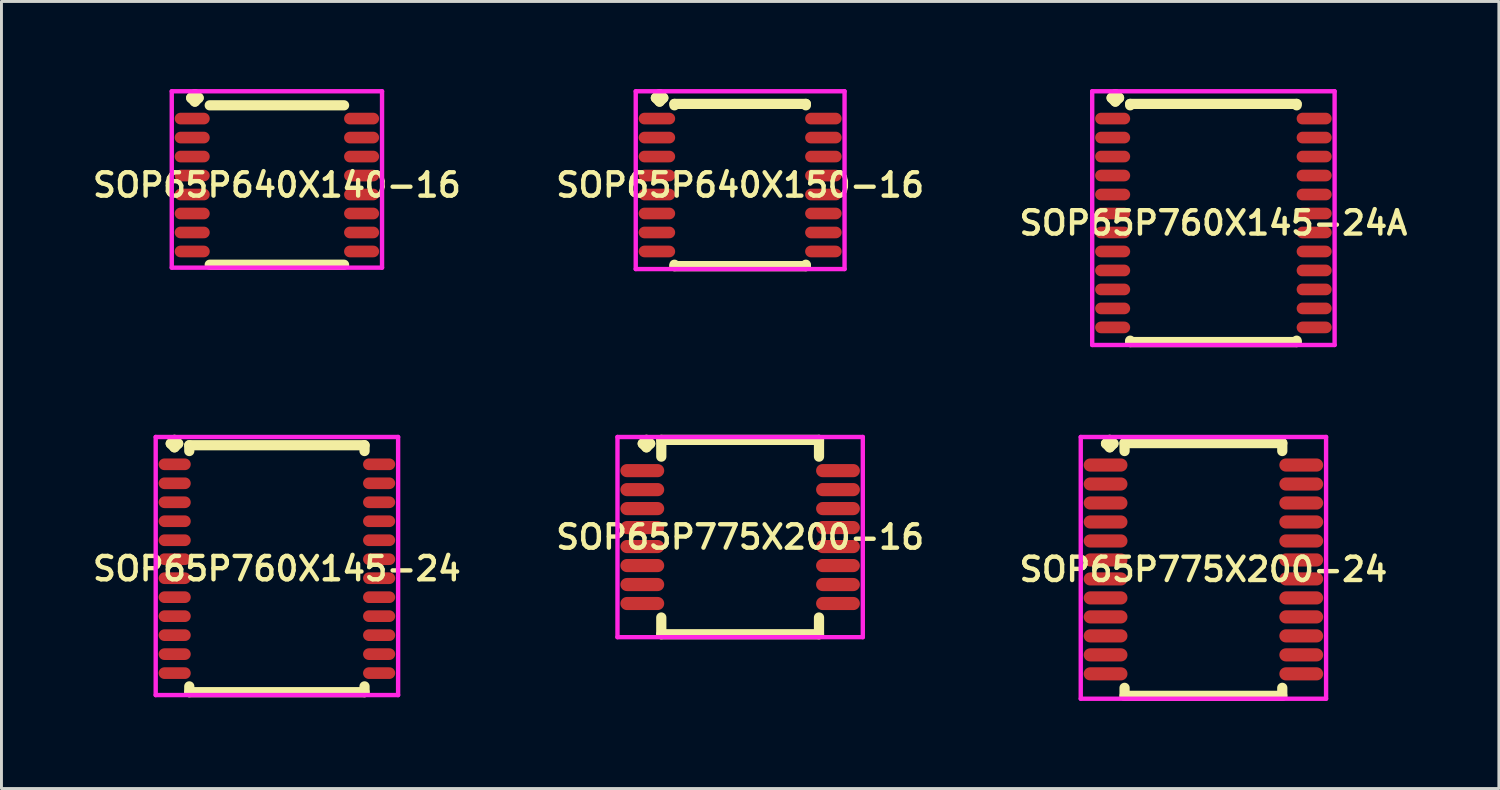
<source format=kicad_pcb>
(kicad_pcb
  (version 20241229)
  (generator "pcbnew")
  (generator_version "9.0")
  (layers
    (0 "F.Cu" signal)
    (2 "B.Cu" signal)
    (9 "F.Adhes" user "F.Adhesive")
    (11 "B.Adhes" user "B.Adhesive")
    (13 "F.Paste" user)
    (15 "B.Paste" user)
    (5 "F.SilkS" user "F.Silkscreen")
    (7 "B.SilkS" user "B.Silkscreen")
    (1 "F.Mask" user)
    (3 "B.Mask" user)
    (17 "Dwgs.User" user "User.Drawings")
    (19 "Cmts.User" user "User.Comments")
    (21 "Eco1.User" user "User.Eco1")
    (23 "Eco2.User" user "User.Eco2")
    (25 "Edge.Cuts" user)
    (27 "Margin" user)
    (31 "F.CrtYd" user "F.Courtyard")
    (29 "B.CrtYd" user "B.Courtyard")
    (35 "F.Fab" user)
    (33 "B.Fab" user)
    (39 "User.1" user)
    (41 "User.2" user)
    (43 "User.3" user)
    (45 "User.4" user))
  (footprint "SOP65P760X145-24"
    (layer "F.Cu")
    (at 6.431 16.422)
    (property "Reference" "SOP65P760X145-24" (at 0 0 0) (layer "F.SilkS") (effects (font (size 0.8 0.8) (thickness 0.15))))
    (attr smd)
    (fp_line (start -3.635 -4.283) (end -3.508 -4.41) (stroke (width 0.35) (type solid)) (layer "F.SilkS"))
    (fp_line (start -3.508 -4.41) (end -3.381 -4.283) (stroke (width 0.35) (type solid)) (layer "F.SilkS"))
    (fp_line (start -3.508 -4.156) (end -3.635 -4.283) (stroke (width 0.35) (type solid)) (layer "F.SilkS"))
    (fp_line (start -3.381 -4.283) (end -3.508 -4.156) (stroke (width 0.35) (type solid)) (layer "F.SilkS"))
    (fp_line (start -3 -4.227) (end 3 -4.227) (stroke (width 0.35) (type solid)) (layer "F.SilkS"))
    (fp_line (start -3 -4.029) (end -3 -4.227) (stroke (width 0.35) (type solid)) (layer "F.SilkS"))
    (fp_line (start -3 4.029) (end -3 4.227) (stroke (width 0.35) (type solid)) (layer "F.SilkS"))
    (fp_line (start -3 4.227) (end 3 4.227) (stroke (width 0.35) (type solid)) (layer "F.SilkS"))
    (fp_line (start 3 -4.227) (end 3 -4.029) (stroke (width 0.35) (type solid)) (layer "F.SilkS"))
    (fp_line (start 3 4.227) (end 3 4.029) (stroke (width 0.35) (type solid)) (layer "F.SilkS"))
    (fp_line (start -4.15 -4.51) (end 4.15 -4.51) (stroke (width 0.15) (type solid)) (layer "F.CrtYd"))
    (fp_line (start -4.15 4.327) (end -4.15 -4.51) (stroke (width 0.15) (type solid)) (layer "F.CrtYd"))
    (fp_line (start 4.15 -4.51) (end 4.15 4.327) (stroke (width 0.15) (type solid)) (layer "F.CrtYd"))
    (fp_line (start 4.15 4.327) (end -4.15 4.327) (stroke (width 0.15) (type solid)) (layer "F.CrtYd"))
    (pad "1" smd oval (at -3.5 -3.575) (size 1.1 0.4) (layers "F.Cu" "F.Mask" "F.Paste"))
    (pad "2" smd oval (at -3.5 -2.925) (size 1.1 0.4) (layers "F.Cu" "F.Mask" "F.Paste"))
    (pad "3" smd oval (at -3.5 -2.275) (size 1.1 0.4) (layers "F.Cu" "F.Mask" "F.Paste"))
    (pad "4" smd oval (at -3.5 -1.625) (size 1.1 0.4) (layers "F.Cu" "F.Mask" "F.Paste"))
    (pad "5" smd oval (at -3.5 -0.975) (size 1.1 0.4) (layers "F.Cu" "F.Mask" "F.Paste"))
    (pad "6" smd oval (at -3.5 -0.325) (size 1.1 0.4) (layers "F.Cu" "F.Mask" "F.Paste"))
    (pad "7" smd oval (at -3.5 0.325) (size 1.1 0.4) (layers "F.Cu" "F.Mask" "F.Paste"))
    (pad "8" smd oval (at -3.5 0.975) (size 1.1 0.4) (layers "F.Cu" "F.Mask" "F.Paste"))
    (pad "9" smd oval (at -3.5 1.625) (size 1.1 0.4) (layers "F.Cu" "F.Mask" "F.Paste"))
    (pad "10" smd oval (at -3.5 2.275) (size 1.1 0.4) (layers "F.Cu" "F.Mask" "F.Paste"))
    (pad "11" smd oval (at -3.5 2.925) (size 1.1 0.4) (layers "F.Cu" "F.Mask" "F.Paste"))
    (pad "12" smd oval (at -3.5 3.575) (size 1.1 0.4) (layers "F.Cu" "F.Mask" "F.Paste"))
    (pad "13" smd oval (at 3.5 3.575) (size 1.1 0.4) (layers "F.Cu" "F.Mask" "F.Paste"))
    (pad "14" smd oval (at 3.5 2.925) (size 1.1 0.4) (layers "F.Cu" "F.Mask" "F.Paste"))
    (pad "15" smd oval (at 3.5 2.275) (size 1.1 0.4) (layers "F.Cu" "F.Mask" "F.Paste"))
    (pad "16" smd oval (at 3.5 1.625) (size 1.1 0.4) (layers "F.Cu" "F.Mask" "F.Paste"))
    (pad "17" smd oval (at 3.5 0.975) (size 1.1 0.4) (layers "F.Cu" "F.Mask" "F.Paste"))
    (pad "18" smd oval (at 3.5 0.325) (size 1.1 0.4) (layers "F.Cu" "F.Mask" "F.Paste"))
    (pad "19" smd oval (at 3.5 -0.325) (size 1.1 0.4) (layers "F.Cu" "F.Mask" "F.Paste"))
    (pad "20" smd oval (at 3.5 -0.975) (size 1.1 0.4) (layers "F.Cu" "F.Mask" "F.Paste"))
    (pad "21" smd oval (at 3.5 -1.625) (size 1.1 0.4) (layers "F.Cu" "F.Mask" "F.Paste"))
    (pad "22" smd oval (at 3.5 -2.275) (size 1.1 0.4) (layers "F.Cu" "F.Mask" "F.Paste"))
    (pad "23" smd oval (at 3.5 -2.925) (size 1.1 0.4) (layers "F.Cu" "F.Mask" "F.Paste"))
    (pad "24" smd oval (at 3.5 -3.575) (size 1.1 0.4) (layers "F.Cu" "F.Mask" "F.Paste")))
  (footprint "SOP65P775X200-24"
    (layer "F.Cu")
    (at 38.154 16.447)
    (property "Reference" "SOP65P775X200-24" (at 0 0 0) (layer "F.SilkS") (effects (font (size 0.8 0.8) (thickness 0.15))))
    (attr through_hole)
    (fp_line (start -3.335 -4.308) (end -3.208 -4.435) (stroke (width 0.35) (type solid)) (layer "F.SilkS"))
    (fp_line (start -3.208 -4.435) (end -3.081 -4.308) (stroke (width 0.35) (type solid)) (layer "F.SilkS"))
    (fp_line (start -3.208 -4.181) (end -3.335 -4.308) (stroke (width 0.35) (type solid)) (layer "F.SilkS"))
    (fp_line (start -3.081 -4.308) (end -3.208 -4.181) (stroke (width 0.35) (type solid)) (layer "F.SilkS"))
    (fp_line (start -2.7 -4.327) (end 2.7 -4.327) (stroke (width 0.35) (type solid)) (layer "F.SilkS"))
    (fp_line (start -2.7 -4.054) (end -2.7 -4.327) (stroke (width 0.35) (type solid)) (layer "F.SilkS"))
    (fp_line (start -2.7 4.054) (end -2.7 4.327) (stroke (width 0.35) (type solid)) (layer "F.SilkS"))
    (fp_line (start -2.7 4.327) (end 2.7 4.327) (stroke (width 0.35) (type solid)) (layer "F.SilkS"))
    (fp_line (start 2.7 -4.327) (end 2.7 -4.054) (stroke (width 0.35) (type solid)) (layer "F.SilkS"))
    (fp_line (start 2.7 4.327) (end 2.7 4.054) (stroke (width 0.35) (type solid)) (layer "F.SilkS"))
    (fp_line (start -4.2 -4.535) (end 4.2 -4.535) (stroke (width 0.15) (type solid)) (layer "F.CrtYd"))
    (fp_line (start -4.2 4.427) (end -4.2 -4.535) (stroke (width 0.15) (type solid)) (layer "F.CrtYd"))
    (fp_line (start 4.2 -4.535) (end 4.2 4.427) (stroke (width 0.15) (type solid)) (layer "F.CrtYd"))
    (fp_line (start 4.2 4.427) (end -4.2 4.427) (stroke (width 0.15) (type solid)) (layer "F.CrtYd"))
    (pad "1" smd oval (at -3.35 -3.575) (size 1.5 0.45) (layers "F.Cu" "F.Mask" "F.Paste"))
    (pad "2" smd oval (at -3.35 -2.925) (size 1.5 0.45) (layers "F.Cu" "F.Mask" "F.Paste"))
    (pad "3" smd oval (at -3.35 -2.275) (size 1.5 0.45) (layers "F.Cu" "F.Mask" "F.Paste"))
    (pad "4" smd oval (at -3.35 -1.625) (size 1.5 0.45) (layers "F.Cu" "F.Mask" "F.Paste"))
    (pad "5" smd oval (at -3.35 -0.975) (size 1.5 0.45) (layers "F.Cu" "F.Mask" "F.Paste"))
    (pad "6" smd oval (at -3.35 -0.325) (size 1.5 0.45) (layers "F.Cu" "F.Mask" "F.Paste"))
    (pad "7" smd oval (at -3.35 0.325) (size 1.5 0.45) (layers "F.Cu" "F.Mask" "F.Paste"))
    (pad "8" smd oval (at -3.35 0.975) (size 1.5 0.45) (layers "F.Cu" "F.Mask" "F.Paste"))
    (pad "9" smd oval (at -3.35 1.625) (size 1.5 0.45) (layers "F.Cu" "F.Mask" "F.Paste"))
    (pad "10" smd oval (at -3.35 2.275) (size 1.5 0.45) (layers "F.Cu" "F.Mask" "F.Paste"))
    (pad "11" smd oval (at -3.35 2.925) (size 1.5 0.45) (layers "F.Cu" "F.Mask" "F.Paste"))
    (pad "12" smd oval (at -3.35 3.575) (size 1.5 0.45) (layers "F.Cu" "F.Mask" "F.Paste"))
    (pad "13" smd oval (at 3.35 3.575) (size 1.5 0.45) (layers "F.Cu" "F.Mask" "F.Paste"))
    (pad "14" smd oval (at 3.35 2.925) (size 1.5 0.45) (layers "F.Cu" "F.Mask" "F.Paste"))
    (pad "15" smd oval (at 3.35 2.275) (size 1.5 0.45) (layers "F.Cu" "F.Mask" "F.Paste"))
    (pad "16" smd oval (at 3.35 1.625) (size 1.5 0.45) (layers "F.Cu" "F.Mask" "F.Paste"))
    (pad "17" smd oval (at 3.35 0.975) (size 1.5 0.45) (layers "F.Cu" "F.Mask" "F.Paste"))
    (pad "18" smd oval (at 3.35 0.325) (size 1.5 0.45) (layers "F.Cu" "F.Mask" "F.Paste"))
    (pad "19" smd oval (at 3.35 -0.325) (size 1.5 0.45) (layers "F.Cu" "F.Mask" "F.Paste"))
    (pad "20" smd oval (at 3.35 -0.975) (size 1.5 0.45) (layers "F.Cu" "F.Mask" "F.Paste"))
    (pad "21" smd oval (at 3.35 -1.625) (size 1.5 0.45) (layers "F.Cu" "F.Mask" "F.Paste"))
    (pad "22" smd oval (at 3.35 -2.275) (size 1.5 0.45) (layers "F.Cu" "F.Mask" "F.Paste"))
    (pad "23" smd oval (at 3.35 -2.925) (size 1.5 0.45) (layers "F.Cu" "F.Mask" "F.Paste"))
    (pad "24" smd oval (at 3.35 -3.575) (size 1.5 0.45) (layers "F.Cu" "F.Mask" "F.Paste")))
  (footprint "SOP65P640X150-16"
    (layer "F.Cu")
    (at 22.292 3.285)
    (property "Reference" "SOP65P640X150-16" (at 0 0 0) (layer "F.SilkS") (effects (font (size 0.8 0.8) (thickness 0.15))))
    (attr through_hole)
    (fp_line (start -2.885 -2.983) (end -2.758 -3.11) (stroke (width 0.35) (type solid)) (layer "F.SilkS"))
    (fp_line (start -2.758 -3.11) (end -2.631 -2.983) (stroke (width 0.35) (type solid)) (layer "F.SilkS"))
    (fp_line (start -2.758 -2.856) (end -2.885 -2.983) (stroke (width 0.35) (type solid)) (layer "F.SilkS"))
    (fp_line (start -2.631 -2.983) (end -2.758 -2.856) (stroke (width 0.35) (type solid)) (layer "F.SilkS"))
    (fp_line (start -2.25 -2.777) (end 2.25 -2.777) (stroke (width 0.35) (type solid)) (layer "F.SilkS"))
    (fp_line (start -2.25 -2.729) (end -2.25 -2.777) (stroke (width 0.35) (type solid)) (layer "F.SilkS"))
    (fp_line (start -2.25 2.729) (end -2.25 2.777) (stroke (width 0.35) (type solid)) (layer "F.SilkS"))
    (fp_line (start -2.25 2.777) (end 2.25 2.777) (stroke (width 0.35) (type solid)) (layer "F.SilkS"))
    (fp_line (start 2.25 -2.777) (end 2.25 -2.729) (stroke (width 0.35) (type solid)) (layer "F.SilkS"))
    (fp_line (start 2.25 2.777) (end 2.25 2.729) (stroke (width 0.35) (type solid)) (layer "F.SilkS"))
    (fp_line (start -3.575 -3.21) (end 3.575 -3.21) (stroke (width 0.15) (type solid)) (layer "F.CrtYd"))
    (fp_line (start -3.575 2.877) (end -3.575 -3.21) (stroke (width 0.15) (type solid)) (layer "F.CrtYd"))
    (fp_line (start 3.575 -3.21) (end 3.575 2.877) (stroke (width 0.15) (type solid)) (layer "F.CrtYd"))
    (fp_line (start 3.575 2.877) (end -3.575 2.877) (stroke (width 0.15) (type solid)) (layer "F.CrtYd"))
    (pad "1" smd oval (at -2.85 -2.275) (size 1.25 0.4) (layers "F.Cu" "F.Mask" "F.Paste"))
    (pad "2" smd oval (at -2.85 -1.625) (size 1.25 0.4) (layers "F.Cu" "F.Mask" "F.Paste"))
    (pad "3" smd oval (at -2.85 -0.975) (size 1.25 0.4) (layers "F.Cu" "F.Mask" "F.Paste"))
    (pad "4" smd oval (at -2.85 -0.325) (size 1.25 0.4) (layers "F.Cu" "F.Mask" "F.Paste"))
    (pad "5" smd oval (at -2.85 0.325) (size 1.25 0.4) (layers "F.Cu" "F.Mask" "F.Paste"))
    (pad "6" smd oval (at -2.85 0.975) (size 1.25 0.4) (layers "F.Cu" "F.Mask" "F.Paste"))
    (pad "7" smd oval (at -2.85 1.625) (size 1.25 0.4) (layers "F.Cu" "F.Mask" "F.Paste"))
    (pad "8" smd oval (at -2.85 2.275) (size 1.25 0.4) (layers "F.Cu" "F.Mask" "F.Paste"))
    (pad "9" smd oval (at 2.85 2.275) (size 1.25 0.4) (layers "F.Cu" "F.Mask" "F.Paste"))
    (pad "10" smd oval (at 2.85 1.625) (size 1.25 0.4) (layers "F.Cu" "F.Mask" "F.Paste"))
    (pad "11" smd oval (at 2.85 0.975) (size 1.25 0.4) (layers "F.Cu" "F.Mask" "F.Paste"))
    (pad "12" smd oval (at 2.85 0.325) (size 1.25 0.4) (layers "F.Cu" "F.Mask" "F.Paste"))
    (pad "13" smd oval (at 2.85 -0.325) (size 1.25 0.4) (layers "F.Cu" "F.Mask" "F.Paste"))
    (pad "14" smd oval (at 2.85 -0.975) (size 1.25 0.4) (layers "F.Cu" "F.Mask" "F.Paste"))
    (pad "15" smd oval (at 2.85 -1.625) (size 1.25 0.4) (layers "F.Cu" "F.Mask" "F.Paste"))
    (pad "16" smd oval (at 2.85 -2.275) (size 1.25 0.4) (layers "F.Cu" "F.Mask" "F.Paste")))
  (footprint "SOP65P760X145-24A"
    (layer "F.Cu")
    (at 38.496 4.585)
    (property "Reference" "SOP65P760X145-24A" (at 0 0 0) (layer "F.SilkS") (effects (font (size 0.8 0.8) (thickness 0.15))))
    (attr through_hole)
    (fp_line (start -3.485 -4.283) (end -3.358 -4.41) (stroke (width 0.35) (type solid)) (layer "F.SilkS"))
    (fp_line (start -3.358 -4.41) (end -3.231 -4.283) (stroke (width 0.35) (type solid)) (layer "F.SilkS"))
    (fp_line (start -3.358 -4.156) (end -3.485 -4.283) (stroke (width 0.35) (type solid)) (layer "F.SilkS"))
    (fp_line (start -3.231 -4.283) (end -3.358 -4.156) (stroke (width 0.35) (type solid)) (layer "F.SilkS"))
    (fp_line (start -2.85 -4.077) (end 2.85 -4.077) (stroke (width 0.35) (type solid)) (layer "F.SilkS"))
    (fp_line (start -2.85 -4.029) (end -2.85 -4.077) (stroke (width 0.35) (type solid)) (layer "F.SilkS"))
    (fp_line (start -2.85 4.029) (end -2.85 4.077) (stroke (width 0.35) (type solid)) (layer "F.SilkS"))
    (fp_line (start -2.85 4.077) (end 2.85 4.077) (stroke (width 0.35) (type solid)) (layer "F.SilkS"))
    (fp_line (start 2.85 -4.077) (end 2.85 -4.029) (stroke (width 0.35) (type solid)) (layer "F.SilkS"))
    (fp_line (start 2.85 4.077) (end 2.85 4.029) (stroke (width 0.35) (type solid)) (layer "F.SilkS"))
    (fp_line (start -4.15 -4.51) (end 4.15 -4.51) (stroke (width 0.15) (type solid)) (layer "F.CrtYd"))
    (fp_line (start -4.15 4.177) (end -4.15 -4.51) (stroke (width 0.15) (type solid)) (layer "F.CrtYd"))
    (fp_line (start 4.15 -4.51) (end 4.15 4.177) (stroke (width 0.15) (type solid)) (layer "F.CrtYd"))
    (fp_line (start 4.15 4.177) (end -4.15 4.177) (stroke (width 0.15) (type solid)) (layer "F.CrtYd"))
    (pad "1" smd oval (at -3.45 -3.575) (size 1.2 0.4) (layers "F.Cu" "F.Mask" "F.Paste"))
    (pad "2" smd oval (at -3.45 -2.925) (size 1.2 0.4) (layers "F.Cu" "F.Mask" "F.Paste"))
    (pad "3" smd oval (at -3.45 -2.275) (size 1.2 0.4) (layers "F.Cu" "F.Mask" "F.Paste"))
    (pad "4" smd oval (at -3.45 -1.625) (size 1.2 0.4) (layers "F.Cu" "F.Mask" "F.Paste"))
    (pad "5" smd oval (at -3.45 -0.975) (size 1.2 0.4) (layers "F.Cu" "F.Mask" "F.Paste"))
    (pad "6" smd oval (at -3.45 -0.325) (size 1.2 0.4) (layers "F.Cu" "F.Mask" "F.Paste"))
    (pad "7" smd oval (at -3.45 0.325) (size 1.2 0.4) (layers "F.Cu" "F.Mask" "F.Paste"))
    (pad "8" smd oval (at -3.45 0.975) (size 1.2 0.4) (layers "F.Cu" "F.Mask" "F.Paste"))
    (pad "9" smd oval (at -3.45 1.625) (size 1.2 0.4) (layers "F.Cu" "F.Mask" "F.Paste"))
    (pad "10" smd oval (at -3.45 2.275) (size 1.2 0.4) (layers "F.Cu" "F.Mask" "F.Paste"))
    (pad "11" smd oval (at -3.45 2.925) (size 1.2 0.4) (layers "F.Cu" "F.Mask" "F.Paste"))
    (pad "12" smd oval (at -3.45 3.575) (size 1.2 0.4) (layers "F.Cu" "F.Mask" "F.Paste"))
    (pad "13" smd oval (at 3.45 3.575) (size 1.2 0.4) (layers "F.Cu" "F.Mask" "F.Paste"))
    (pad "14" smd oval (at 3.45 2.925) (size 1.2 0.4) (layers "F.Cu" "F.Mask" "F.Paste"))
    (pad "15" smd oval (at 3.45 2.275) (size 1.2 0.4) (layers "F.Cu" "F.Mask" "F.Paste"))
    (pad "16" smd oval (at 3.45 1.625) (size 1.2 0.4) (layers "F.Cu" "F.Mask" "F.Paste"))
    (pad "17" smd oval (at 3.45 0.975) (size 1.2 0.4) (layers "F.Cu" "F.Mask" "F.Paste"))
    (pad "18" smd oval (at 3.45 0.325) (size 1.2 0.4) (layers "F.Cu" "F.Mask" "F.Paste"))
    (pad "19" smd oval (at 3.45 -0.325) (size 1.2 0.4) (layers "F.Cu" "F.Mask" "F.Paste"))
    (pad "20" smd oval (at 3.45 -0.975) (size 1.2 0.4) (layers "F.Cu" "F.Mask" "F.Paste"))
    (pad "21" smd oval (at 3.45 -1.625) (size 1.2 0.4) (layers "F.Cu" "F.Mask" "F.Paste"))
    (pad "22" smd oval (at 3.45 -2.275) (size 1.2 0.4) (layers "F.Cu" "F.Mask" "F.Paste"))
    (pad "23" smd oval (at 3.45 -2.925) (size 1.2 0.4) (layers "F.Cu" "F.Mask" "F.Paste"))
    (pad "24" smd oval (at 3.45 -3.575) (size 1.2 0.4) (layers "F.Cu" "F.Mask" "F.Paste")))
  (footprint "SOP65P775X200-16"
    (layer "F.Cu")
    (at 22.292 15.339)
    (property "Reference" "SOP65P775X200-16" (at 0 0 0) (layer "F.SilkS") (effects (font (size 0.8 0.8) (thickness 0.15))))
    (attr smd)
    (fp_line (start -3.335 -3.2) (end -3.208 -3.327) (stroke (width 0.35) (type solid)) (layer "F.SilkS"))
    (fp_line (start -3.208 -3.327) (end -3.081 -3.2) (stroke (width 0.35) (type solid)) (layer "F.SilkS"))
    (fp_line (start -3.208 -3.073) (end -3.335 -3.2) (stroke (width 0.35) (type solid)) (layer "F.SilkS"))
    (fp_line (start -3.081 -3.2) (end -3.208 -3.073) (stroke (width 0.35) (type solid)) (layer "F.SilkS"))
    (fp_line (start -2.7 -3.327) (end 2.7 -3.327) (stroke (width 0.35) (type solid)) (layer "F.SilkS"))
    (fp_line (start -2.7 -2.754) (end -2.7 -3.327) (stroke (width 0.35) (type solid)) (layer "F.SilkS"))
    (fp_line (start -2.7 2.754) (end -2.7 3.327) (stroke (width 0.35) (type solid)) (layer "F.SilkS"))
    (fp_line (start -2.7 3.327) (end 2.7 3.327) (stroke (width 0.35) (type solid)) (layer "F.SilkS"))
    (fp_line (start 2.7 -3.327) (end 2.7 -2.754) (stroke (width 0.35) (type solid)) (layer "F.SilkS"))
    (fp_line (start 2.7 3.327) (end 2.7 2.754) (stroke (width 0.35) (type solid)) (layer "F.SilkS"))
    (fp_line (start -4.2 -3.427) (end 4.2 -3.427) (stroke (width 0.15) (type solid)) (layer "F.CrtYd"))
    (fp_line (start -4.2 3.427) (end -4.2 -3.427) (stroke (width 0.15) (type solid)) (layer "F.CrtYd"))
    (fp_line (start 4.2 -3.427) (end 4.2 3.427) (stroke (width 0.15) (type solid)) (layer "F.CrtYd"))
    (fp_line (start 4.2 3.427) (end -4.2 3.427) (stroke (width 0.15) (type solid)) (layer "F.CrtYd"))
    (pad "1" smd oval (at -3.35 -2.275) (size 1.5 0.45) (layers "F.Cu" "F.Mask" "F.Paste"))
    (pad "2" smd oval (at -3.35 -1.625) (size 1.5 0.45) (layers "F.Cu" "F.Mask" "F.Paste"))
    (pad "3" smd oval (at -3.35 -0.975) (size 1.5 0.45) (layers "F.Cu" "F.Mask" "F.Paste"))
    (pad "4" smd oval (at -3.35 -0.325) (size 1.5 0.45) (layers "F.Cu" "F.Mask" "F.Paste"))
    (pad "5" smd oval (at -3.35 0.325) (size 1.5 0.45) (layers "F.Cu" "F.Mask" "F.Paste"))
    (pad "6" smd oval (at -3.35 0.975) (size 1.5 0.45) (layers "F.Cu" "F.Mask" "F.Paste"))
    (pad "7" smd oval (at -3.35 1.625) (size 1.5 0.45) (layers "F.Cu" "F.Mask" "F.Paste"))
    (pad "8" smd oval (at -3.35 2.275) (size 1.5 0.45) (layers "F.Cu" "F.Mask" "F.Paste"))
    (pad "9" smd oval (at 3.35 2.275) (size 1.5 0.45) (layers "F.Cu" "F.Mask" "F.Paste"))
    (pad "10" smd oval (at 3.35 1.625) (size 1.5 0.45) (layers "F.Cu" "F.Mask" "F.Paste"))
    (pad "11" smd oval (at 3.35 0.975) (size 1.5 0.45) (layers "F.Cu" "F.Mask" "F.Paste"))
    (pad "12" smd oval (at 3.35 0.325) (size 1.5 0.45) (layers "F.Cu" "F.Mask" "F.Paste"))
    (pad "13" smd oval (at 3.35 -0.325) (size 1.5 0.45) (layers "F.Cu" "F.Mask" "F.Paste"))
    (pad "14" smd oval (at 3.35 -0.975) (size 1.5 0.45) (layers "F.Cu" "F.Mask" "F.Paste"))
    (pad "15" smd oval (at 3.35 -1.625) (size 1.5 0.45) (layers "F.Cu" "F.Mask" "F.Paste"))
    (pad "16" smd oval (at 3.35 -2.275) (size 1.5 0.45) (layers "F.Cu" "F.Mask" "F.Paste")))
  (footprint "SOP65P640X140-16"
    (layer "F.Cu")
    (at 6.431 3.285)
    (property "Reference" "SOP65P640X140-16" (at 0 0 0) (layer "F.SilkS") (effects (font (size 0.8 0.8) (thickness 0.15))))
    (attr smd)
    (fp_line (start -2.935 -2.983) (end -2.808 -3.11) (stroke (width 0.35) (type solid)) (layer "F.SilkS"))
    (fp_line (start -2.808 -3.11) (end -2.681 -2.983) (stroke (width 0.35) (type solid)) (layer "F.SilkS"))
    (fp_line (start -2.808 -2.856) (end -2.935 -2.983) (stroke (width 0.35) (type solid)) (layer "F.SilkS"))
    (fp_line (start -2.681 -2.983) (end -2.808 -2.856) (stroke (width 0.35) (type solid)) (layer "F.SilkS"))
    (fp_line (start -2.3 -2.729) (end 2.3 -2.729) (stroke (width 0.35) (type solid)) (layer "F.SilkS"))
    (fp_line (start -2.3 2.729) (end 2.3 2.729) (stroke (width 0.35) (type solid)) (layer "F.SilkS"))
    (fp_line (start -3.6 -3.21) (end 3.6 -3.21) (stroke (width 0.15) (type solid)) (layer "F.CrtYd"))
    (fp_line (start -3.6 2.829) (end -3.6 -3.21) (stroke (width 0.15) (type solid)) (layer "F.CrtYd"))
    (fp_line (start 3.6 -3.21) (end 3.6 2.829) (stroke (width 0.15) (type solid)) (layer "F.CrtYd"))
    (fp_line (start 3.6 2.829) (end -3.6 2.829) (stroke (width 0.15) (type solid)) (layer "F.CrtYd"))
    (pad "1" smd oval (at -2.9 -2.275) (size 1.2 0.4) (layers "F.Cu" "F.Mask" "F.Paste"))
    (pad "2" smd oval (at -2.9 -1.625) (size 1.2 0.4) (layers "F.Cu" "F.Mask" "F.Paste"))
    (pad "3" smd oval (at -2.9 -0.975) (size 1.2 0.4) (layers "F.Cu" "F.Mask" "F.Paste"))
    (pad "4" smd oval (at -2.9 -0.325) (size 1.2 0.4) (layers "F.Cu" "F.Mask" "F.Paste"))
    (pad "5" smd oval (at -2.9 0.325) (size 1.2 0.4) (layers "F.Cu" "F.Mask" "F.Paste"))
    (pad "6" smd oval (at -2.9 0.975) (size 1.2 0.4) (layers "F.Cu" "F.Mask" "F.Paste"))
    (pad "7" smd oval (at -2.9 1.625) (size 1.2 0.4) (layers "F.Cu" "F.Mask" "F.Paste"))
    (pad "8" smd oval (at -2.9 2.275) (size 1.2 0.4) (layers "F.Cu" "F.Mask" "F.Paste"))
    (pad "9" smd oval (at 2.9 2.275) (size 1.2 0.4) (layers "F.Cu" "F.Mask" "F.Paste"))
    (pad "10" smd oval (at 2.9 1.625) (size 1.2 0.4) (layers "F.Cu" "F.Mask" "F.Paste"))
    (pad "11" smd oval (at 2.9 0.975) (size 1.2 0.4) (layers "F.Cu" "F.Mask" "F.Paste"))
    (pad "12" smd oval (at 2.9 0.325) (size 1.2 0.4) (layers "F.Cu" "F.Mask" "F.Paste"))
    (pad "13" smd oval (at 2.9 -0.325) (size 1.2 0.4) (layers "F.Cu" "F.Mask" "F.Paste"))
    (pad "14" smd oval (at 2.9 -0.975) (size 1.2 0.4) (layers "F.Cu" "F.Mask" "F.Paste"))
    (pad "15" smd oval (at 2.9 -1.625) (size 1.2 0.4) (layers "F.Cu" "F.Mask" "F.Paste"))
    (pad "16" smd oval (at 2.9 -2.275) (size 1.2 0.4) (layers "F.Cu" "F.Mask" "F.Paste")))
  (gr_rect
    (start -3 -3)
    (end 48.27 23.949)
    (stroke (width 0.1) (type default))
    (fill no)
    (layer "Edge.Cuts")))
</source>
